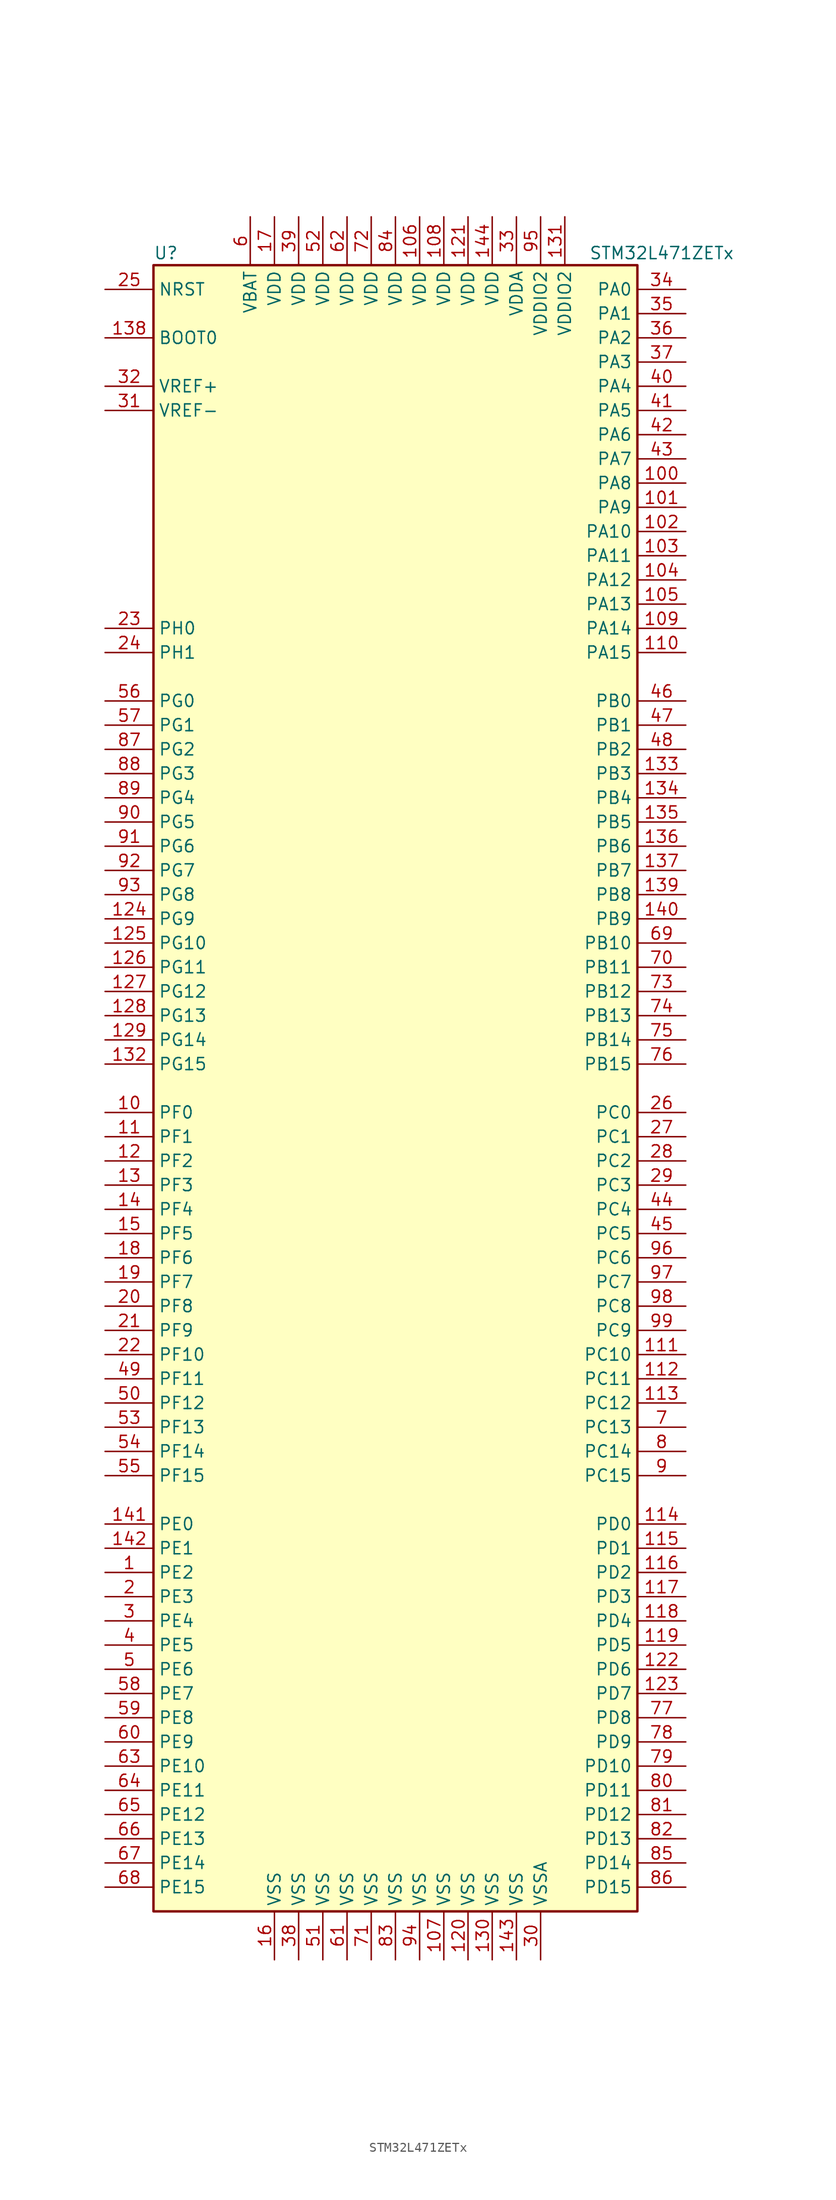
<source format=kicad_sym>
(kicad_symbol_lib
  (version 20201005)
  (generator kicad_symbol_editor)
  (symbol "STM32L471ZETx"
    (property "Reference" "U"
      (at -25.4 87.63 0)
      (effects (font (size 1.27 1.27)) (justify left)))
    (property "Value" "STM32L471ZETx"
      (at 20.32 87.63 0)
      (effects (font (size 1.27 1.27)) (justify left)))
    (symbol "STM32L471ZETx_0_1"
      (rectangle (start -25.4 -86.36) (end 25.4 86.36) (stroke (width 0.254)) (fill (type background))))
    (symbol "STM32L471ZETx_1_1"
      (pin bidirectional line (at -30.48 -50.8 0) (length 5.08) (name "PE2" (effects (font (size 1.27 1.27)))) (number "1" (effects (font (size 1.27 1.27)))))
      (pin bidirectional line (at -30.48 -2.54 0) (length 5.08) (name "PF0" (effects (font (size 1.27 1.27)))) (number "10" (effects (font (size 1.27 1.27)))))
      (pin bidirectional line (at 30.48 63.5 180) (length 5.08) (name "PA8" (effects (font (size 1.27 1.27)))) (number "100" (effects (font (size 1.27 1.27)))))
      (pin bidirectional line (at 30.48 60.96 180) (length 5.08) (name "PA9" (effects (font (size 1.27 1.27)))) (number "101" (effects (font (size 1.27 1.27)))))
      (pin bidirectional line (at 30.48 58.42 180) (length 5.08) (name "PA10" (effects (font (size 1.27 1.27)))) (number "102" (effects (font (size 1.27 1.27)))))
      (pin bidirectional line (at 30.48 55.88 180) (length 5.08) (name "PA11" (effects (font (size 1.27 1.27)))) (number "103" (effects (font (size 1.27 1.27)))))
      (pin bidirectional line (at 30.48 53.34 180) (length 5.08) (name "PA12" (effects (font (size 1.27 1.27)))) (number "104" (effects (font (size 1.27 1.27)))))
      (pin bidirectional line (at 30.48 50.8 180) (length 5.08) (name "PA13" (effects (font (size 1.27 1.27)))) (number "105" (effects (font (size 1.27 1.27)))))
      (pin power_in line (at 2.54 91.44 270) (length 5.08) (name "VDD" (effects (font (size 1.27 1.27)))) (number "106" (effects (font (size 1.27 1.27)))))
      (pin power_in line (at 5.08 -91.44 90) (length 5.08) (name "VSS" (effects (font (size 1.27 1.27)))) (number "107" (effects (font (size 1.27 1.27)))))
      (pin power_in line (at 5.08 91.44 270) (length 5.08) (name "VDD" (effects (font (size 1.27 1.27)))) (number "108" (effects (font (size 1.27 1.27)))))
      (pin bidirectional line (at 30.48 48.26 180) (length 5.08) (name "PA14" (effects (font (size 1.27 1.27)))) (number "109" (effects (font (size 1.27 1.27)))))
      (pin bidirectional line (at -30.48 -5.08 0) (length 5.08) (name "PF1" (effects (font (size 1.27 1.27)))) (number "11" (effects (font (size 1.27 1.27)))))
      (pin bidirectional line (at 30.48 45.72 180) (length 5.08) (name "PA15" (effects (font (size 1.27 1.27)))) (number "110" (effects (font (size 1.27 1.27)))))
      (pin bidirectional line (at 30.48 -27.94 180) (length 5.08) (name "PC10" (effects (font (size 1.27 1.27)))) (number "111" (effects (font (size 1.27 1.27)))))
      (pin bidirectional line (at 30.48 -30.48 180) (length 5.08) (name "PC11" (effects (font (size 1.27 1.27)))) (number "112" (effects (font (size 1.27 1.27)))))
      (pin bidirectional line (at 30.48 -33.02 180) (length 5.08) (name "PC12" (effects (font (size 1.27 1.27)))) (number "113" (effects (font (size 1.27 1.27)))))
      (pin bidirectional line (at 30.48 -45.72 180) (length 5.08) (name "PD0" (effects (font (size 1.27 1.27)))) (number "114" (effects (font (size 1.27 1.27)))))
      (pin bidirectional line (at 30.48 -48.26 180) (length 5.08) (name "PD1" (effects (font (size 1.27 1.27)))) (number "115" (effects (font (size 1.27 1.27)))))
      (pin bidirectional line (at 30.48 -50.8 180) (length 5.08) (name "PD2" (effects (font (size 1.27 1.27)))) (number "116" (effects (font (size 1.27 1.27)))))
      (pin bidirectional line (at 30.48 -53.34 180) (length 5.08) (name "PD3" (effects (font (size 1.27 1.27)))) (number "117" (effects (font (size 1.27 1.27)))))
      (pin bidirectional line (at 30.48 -55.88 180) (length 5.08) (name "PD4" (effects (font (size 1.27 1.27)))) (number "118" (effects (font (size 1.27 1.27)))))
      (pin bidirectional line (at 30.48 -58.42 180) (length 5.08) (name "PD5" (effects (font (size 1.27 1.27)))) (number "119" (effects (font (size 1.27 1.27)))))
      (pin bidirectional line (at -30.48 -7.62 0) (length 5.08) (name "PF2" (effects (font (size 1.27 1.27)))) (number "12" (effects (font (size 1.27 1.27)))))
      (pin power_in line (at 7.62 -91.44 90) (length 5.08) (name "VSS" (effects (font (size 1.27 1.27)))) (number "120" (effects (font (size 1.27 1.27)))))
      (pin power_in line (at 7.62 91.44 270) (length 5.08) (name "VDD" (effects (font (size 1.27 1.27)))) (number "121" (effects (font (size 1.27 1.27)))))
      (pin bidirectional line (at 30.48 -60.96 180) (length 5.08) (name "PD6" (effects (font (size 1.27 1.27)))) (number "122" (effects (font (size 1.27 1.27)))))
      (pin bidirectional line (at 30.48 -63.5 180) (length 5.08) (name "PD7" (effects (font (size 1.27 1.27)))) (number "123" (effects (font (size 1.27 1.27)))))
      (pin bidirectional line (at -30.48 17.78 0) (length 5.08) (name "PG9" (effects (font (size 1.27 1.27)))) (number "124" (effects (font (size 1.27 1.27)))))
      (pin bidirectional line (at -30.48 15.24 0) (length 5.08) (name "PG10" (effects (font (size 1.27 1.27)))) (number "125" (effects (font (size 1.27 1.27)))))
      (pin bidirectional line (at -30.48 12.7 0) (length 5.08) (name "PG11" (effects (font (size 1.27 1.27)))) (number "126" (effects (font (size 1.27 1.27)))))
      (pin bidirectional line (at -30.48 10.16 0) (length 5.08) (name "PG12" (effects (font (size 1.27 1.27)))) (number "127" (effects (font (size 1.27 1.27)))))
      (pin bidirectional line (at -30.48 7.62 0) (length 5.08) (name "PG13" (effects (font (size 1.27 1.27)))) (number "128" (effects (font (size 1.27 1.27)))))
      (pin bidirectional line (at -30.48 5.08 0) (length 5.08) (name "PG14" (effects (font (size 1.27 1.27)))) (number "129" (effects (font (size 1.27 1.27)))))
      (pin bidirectional line (at -30.48 -10.16 0) (length 5.08) (name "PF3" (effects (font (size 1.27 1.27)))) (number "13" (effects (font (size 1.27 1.27)))))
      (pin power_in line (at 10.16 -91.44 90) (length 5.08) (name "VSS" (effects (font (size 1.27 1.27)))) (number "130" (effects (font (size 1.27 1.27)))))
      (pin power_in line (at 17.78 91.44 270) (length 5.08) (name "VDDIO2" (effects (font (size 1.27 1.27)))) (number "131" (effects (font (size 1.27 1.27)))))
      (pin bidirectional line (at -30.48 2.54 0) (length 5.08) (name "PG15" (effects (font (size 1.27 1.27)))) (number "132" (effects (font (size 1.27 1.27)))))
      (pin bidirectional line (at 30.48 33.02 180) (length 5.08) (name "PB3" (effects (font (size 1.27 1.27)))) (number "133" (effects (font (size 1.27 1.27)))))
      (pin bidirectional line (at 30.48 30.48 180) (length 5.08) (name "PB4" (effects (font (size 1.27 1.27)))) (number "134" (effects (font (size 1.27 1.27)))))
      (pin bidirectional line (at 30.48 27.94 180) (length 5.08) (name "PB5" (effects (font (size 1.27 1.27)))) (number "135" (effects (font (size 1.27 1.27)))))
      (pin bidirectional line (at 30.48 25.4 180) (length 5.08) (name "PB6" (effects (font (size 1.27 1.27)))) (number "136" (effects (font (size 1.27 1.27)))))
      (pin bidirectional line (at 30.48 22.86 180) (length 5.08) (name "PB7" (effects (font (size 1.27 1.27)))) (number "137" (effects (font (size 1.27 1.27)))))
      (pin input line (at -30.48 78.74 0) (length 5.08) (name "BOOT0" (effects (font (size 1.27 1.27)))) (number "138" (effects (font (size 1.27 1.27)))))
      (pin bidirectional line (at 30.48 20.32 180) (length 5.08) (name "PB8" (effects (font (size 1.27 1.27)))) (number "139" (effects (font (size 1.27 1.27)))))
      (pin bidirectional line (at -30.48 -12.7 0) (length 5.08) (name "PF4" (effects (font (size 1.27 1.27)))) (number "14" (effects (font (size 1.27 1.27)))))
      (pin bidirectional line (at 30.48 17.78 180) (length 5.08) (name "PB9" (effects (font (size 1.27 1.27)))) (number "140" (effects (font (size 1.27 1.27)))))
      (pin bidirectional line (at -30.48 -45.72 0) (length 5.08) (name "PE0" (effects (font (size 1.27 1.27)))) (number "141" (effects (font (size 1.27 1.27)))))
      (pin bidirectional line (at -30.48 -48.26 0) (length 5.08) (name "PE1" (effects (font (size 1.27 1.27)))) (number "142" (effects (font (size 1.27 1.27)))))
      (pin power_in line (at 12.7 -91.44 90) (length 5.08) (name "VSS" (effects (font (size 1.27 1.27)))) (number "143" (effects (font (size 1.27 1.27)))))
      (pin power_in line (at 10.16 91.44 270) (length 5.08) (name "VDD" (effects (font (size 1.27 1.27)))) (number "144" (effects (font (size 1.27 1.27)))))
      (pin bidirectional line (at -30.48 -15.24 0) (length 5.08) (name "PF5" (effects (font (size 1.27 1.27)))) (number "15" (effects (font (size 1.27 1.27)))))
      (pin power_in line (at -12.7 -91.44 90) (length 5.08) (name "VSS" (effects (font (size 1.27 1.27)))) (number "16" (effects (font (size 1.27 1.27)))))
      (pin power_in line (at -12.7 91.44 270) (length 5.08) (name "VDD" (effects (font (size 1.27 1.27)))) (number "17" (effects (font (size 1.27 1.27)))))
      (pin bidirectional line (at -30.48 -17.78 0) (length 5.08) (name "PF6" (effects (font (size 1.27 1.27)))) (number "18" (effects (font (size 1.27 1.27)))))
      (pin bidirectional line (at -30.48 -20.32 0) (length 5.08) (name "PF7" (effects (font (size 1.27 1.27)))) (number "19" (effects (font (size 1.27 1.27)))))
      (pin bidirectional line (at -30.48 -53.34 0) (length 5.08) (name "PE3" (effects (font (size 1.27 1.27)))) (number "2" (effects (font (size 1.27 1.27)))))
      (pin bidirectional line (at -30.48 -22.86 0) (length 5.08) (name "PF8" (effects (font (size 1.27 1.27)))) (number "20" (effects (font (size 1.27 1.27)))))
      (pin bidirectional line (at -30.48 -25.4 0) (length 5.08) (name "PF9" (effects (font (size 1.27 1.27)))) (number "21" (effects (font (size 1.27 1.27)))))
      (pin bidirectional line (at -30.48 -27.94 0) (length 5.08) (name "PF10" (effects (font (size 1.27 1.27)))) (number "22" (effects (font (size 1.27 1.27)))))
      (pin input line (at -30.48 48.26 0) (length 5.08) (name "PH0" (effects (font (size 1.27 1.27)))) (number "23" (effects (font (size 1.27 1.27)))))
      (pin input line (at -30.48 45.72 0) (length 5.08) (name "PH1" (effects (font (size 1.27 1.27)))) (number "24" (effects (font (size 1.27 1.27)))))
      (pin input line (at -30.48 83.82 0) (length 5.08) (name "NRST" (effects (font (size 1.27 1.27)))) (number "25" (effects (font (size 1.27 1.27)))))
      (pin bidirectional line (at 30.48 -2.54 180) (length 5.08) (name "PC0" (effects (font (size 1.27 1.27)))) (number "26" (effects (font (size 1.27 1.27)))))
      (pin bidirectional line (at 30.48 -5.08 180) (length 5.08) (name "PC1" (effects (font (size 1.27 1.27)))) (number "27" (effects (font (size 1.27 1.27)))))
      (pin bidirectional line (at 30.48 -7.62 180) (length 5.08) (name "PC2" (effects (font (size 1.27 1.27)))) (number "28" (effects (font (size 1.27 1.27)))))
      (pin bidirectional line (at 30.48 -10.16 180) (length 5.08) (name "PC3" (effects (font (size 1.27 1.27)))) (number "29" (effects (font (size 1.27 1.27)))))
      (pin bidirectional line (at -30.48 -55.88 0) (length 5.08) (name "PE4" (effects (font (size 1.27 1.27)))) (number "3" (effects (font (size 1.27 1.27)))))
      (pin power_in line (at 15.24 -91.44 90) (length 5.08) (name "VSSA" (effects (font (size 1.27 1.27)))) (number "30" (effects (font (size 1.27 1.27)))))
      (pin power_in line (at -30.48 71.12 0) (length 5.08) (name "VREF-" (effects (font (size 1.27 1.27)))) (number "31" (effects (font (size 1.27 1.27)))))
      (pin bidirectional line (at -30.48 73.66 0) (length 5.08) (name "VREF+" (effects (font (size 1.27 1.27)))) (number "32" (effects (font (size 1.27 1.27)))))
      (pin power_in line (at 12.7 91.44 270) (length 5.08) (name "VDDA" (effects (font (size 1.27 1.27)))) (number "33" (effects (font (size 1.27 1.27)))))
      (pin bidirectional line (at 30.48 83.82 180) (length 5.08) (name "PA0" (effects (font (size 1.27 1.27)))) (number "34" (effects (font (size 1.27 1.27)))))
      (pin bidirectional line (at 30.48 81.28 180) (length 5.08) (name "PA1" (effects (font (size 1.27 1.27)))) (number "35" (effects (font (size 1.27 1.27)))))
      (pin bidirectional line (at 30.48 78.74 180) (length 5.08) (name "PA2" (effects (font (size 1.27 1.27)))) (number "36" (effects (font (size 1.27 1.27)))))
      (pin bidirectional line (at 30.48 76.2 180) (length 5.08) (name "PA3" (effects (font (size 1.27 1.27)))) (number "37" (effects (font (size 1.27 1.27)))))
      (pin power_in line (at -10.16 -91.44 90) (length 5.08) (name "VSS" (effects (font (size 1.27 1.27)))) (number "38" (effects (font (size 1.27 1.27)))))
      (pin power_in line (at -10.16 91.44 270) (length 5.08) (name "VDD" (effects (font (size 1.27 1.27)))) (number "39" (effects (font (size 1.27 1.27)))))
      (pin bidirectional line (at -30.48 -58.42 0) (length 5.08) (name "PE5" (effects (font (size 1.27 1.27)))) (number "4" (effects (font (size 1.27 1.27)))))
      (pin bidirectional line (at 30.48 73.66 180) (length 5.08) (name "PA4" (effects (font (size 1.27 1.27)))) (number "40" (effects (font (size 1.27 1.27)))))
      (pin bidirectional line (at 30.48 71.12 180) (length 5.08) (name "PA5" (effects (font (size 1.27 1.27)))) (number "41" (effects (font (size 1.27 1.27)))))
      (pin bidirectional line (at 30.48 68.58 180) (length 5.08) (name "PA6" (effects (font (size 1.27 1.27)))) (number "42" (effects (font (size 1.27 1.27)))))
      (pin bidirectional line (at 30.48 66.04 180) (length 5.08) (name "PA7" (effects (font (size 1.27 1.27)))) (number "43" (effects (font (size 1.27 1.27)))))
      (pin bidirectional line (at 30.48 -12.7 180) (length 5.08) (name "PC4" (effects (font (size 1.27 1.27)))) (number "44" (effects (font (size 1.27 1.27)))))
      (pin bidirectional line (at 30.48 -15.24 180) (length 5.08) (name "PC5" (effects (font (size 1.27 1.27)))) (number "45" (effects (font (size 1.27 1.27)))))
      (pin bidirectional line (at 30.48 40.64 180) (length 5.08) (name "PB0" (effects (font (size 1.27 1.27)))) (number "46" (effects (font (size 1.27 1.27)))))
      (pin bidirectional line (at 30.48 38.1 180) (length 5.08) (name "PB1" (effects (font (size 1.27 1.27)))) (number "47" (effects (font (size 1.27 1.27)))))
      (pin bidirectional line (at 30.48 35.56 180) (length 5.08) (name "PB2" (effects (font (size 1.27 1.27)))) (number "48" (effects (font (size 1.27 1.27)))))
      (pin bidirectional line (at -30.48 -30.48 0) (length 5.08) (name "PF11" (effects (font (size 1.27 1.27)))) (number "49" (effects (font (size 1.27 1.27)))))
      (pin bidirectional line (at -30.48 -60.96 0) (length 5.08) (name "PE6" (effects (font (size 1.27 1.27)))) (number "5" (effects (font (size 1.27 1.27)))))
      (pin bidirectional line (at -30.48 -33.02 0) (length 5.08) (name "PF12" (effects (font (size 1.27 1.27)))) (number "50" (effects (font (size 1.27 1.27)))))
      (pin power_in line (at -7.62 -91.44 90) (length 5.08) (name "VSS" (effects (font (size 1.27 1.27)))) (number "51" (effects (font (size 1.27 1.27)))))
      (pin power_in line (at -7.62 91.44 270) (length 5.08) (name "VDD" (effects (font (size 1.27 1.27)))) (number "52" (effects (font (size 1.27 1.27)))))
      (pin bidirectional line (at -30.48 -35.56 0) (length 5.08) (name "PF13" (effects (font (size 1.27 1.27)))) (number "53" (effects (font (size 1.27 1.27)))))
      (pin bidirectional line (at -30.48 -38.1 0) (length 5.08) (name "PF14" (effects (font (size 1.27 1.27)))) (number "54" (effects (font (size 1.27 1.27)))))
      (pin bidirectional line (at -30.48 -40.64 0) (length 5.08) (name "PF15" (effects (font (size 1.27 1.27)))) (number "55" (effects (font (size 1.27 1.27)))))
      (pin bidirectional line (at -30.48 40.64 0) (length 5.08) (name "PG0" (effects (font (size 1.27 1.27)))) (number "56" (effects (font (size 1.27 1.27)))))
      (pin bidirectional line (at -30.48 38.1 0) (length 5.08) (name "PG1" (effects (font (size 1.27 1.27)))) (number "57" (effects (font (size 1.27 1.27)))))
      (pin bidirectional line (at -30.48 -63.5 0) (length 5.08) (name "PE7" (effects (font (size 1.27 1.27)))) (number "58" (effects (font (size 1.27 1.27)))))
      (pin bidirectional line (at -30.48 -66.04 0) (length 5.08) (name "PE8" (effects (font (size 1.27 1.27)))) (number "59" (effects (font (size 1.27 1.27)))))
      (pin power_in line (at -15.24 91.44 270) (length 5.08) (name "VBAT" (effects (font (size 1.27 1.27)))) (number "6" (effects (font (size 1.27 1.27)))))
      (pin bidirectional line (at -30.48 -68.58 0) (length 5.08) (name "PE9" (effects (font (size 1.27 1.27)))) (number "60" (effects (font (size 1.27 1.27)))))
      (pin power_in line (at -5.08 -91.44 90) (length 5.08) (name "VSS" (effects (font (size 1.27 1.27)))) (number "61" (effects (font (size 1.27 1.27)))))
      (pin power_in line (at -5.08 91.44 270) (length 5.08) (name "VDD" (effects (font (size 1.27 1.27)))) (number "62" (effects (font (size 1.27 1.27)))))
      (pin bidirectional line (at -30.48 -71.12 0) (length 5.08) (name "PE10" (effects (font (size 1.27 1.27)))) (number "63" (effects (font (size 1.27 1.27)))))
      (pin bidirectional line (at -30.48 -73.66 0) (length 5.08) (name "PE11" (effects (font (size 1.27 1.27)))) (number "64" (effects (font (size 1.27 1.27)))))
      (pin bidirectional line (at -30.48 -76.2 0) (length 5.08) (name "PE12" (effects (font (size 1.27 1.27)))) (number "65" (effects (font (size 1.27 1.27)))))
      (pin bidirectional line (at -30.48 -78.74 0) (length 5.08) (name "PE13" (effects (font (size 1.27 1.27)))) (number "66" (effects (font (size 1.27 1.27)))))
      (pin bidirectional line (at -30.48 -81.28 0) (length 5.08) (name "PE14" (effects (font (size 1.27 1.27)))) (number "67" (effects (font (size 1.27 1.27)))))
      (pin bidirectional line (at -30.48 -83.82 0) (length 5.08) (name "PE15" (effects (font (size 1.27 1.27)))) (number "68" (effects (font (size 1.27 1.27)))))
      (pin bidirectional line (at 30.48 15.24 180) (length 5.08) (name "PB10" (effects (font (size 1.27 1.27)))) (number "69" (effects (font (size 1.27 1.27)))))
      (pin bidirectional line (at 30.48 -35.56 180) (length 5.08) (name "PC13" (effects (font (size 1.27 1.27)))) (number "7" (effects (font (size 1.27 1.27)))))
      (pin bidirectional line (at 30.48 12.7 180) (length 5.08) (name "PB11" (effects (font (size 1.27 1.27)))) (number "70" (effects (font (size 1.27 1.27)))))
      (pin power_in line (at -2.54 -91.44 90) (length 5.08) (name "VSS" (effects (font (size 1.27 1.27)))) (number "71" (effects (font (size 1.27 1.27)))))
      (pin power_in line (at -2.54 91.44 270) (length 5.08) (name "VDD" (effects (font (size 1.27 1.27)))) (number "72" (effects (font (size 1.27 1.27)))))
      (pin bidirectional line (at 30.48 10.16 180) (length 5.08) (name "PB12" (effects (font (size 1.27 1.27)))) (number "73" (effects (font (size 1.27 1.27)))))
      (pin bidirectional line (at 30.48 7.62 180) (length 5.08) (name "PB13" (effects (font (size 1.27 1.27)))) (number "74" (effects (font (size 1.27 1.27)))))
      (pin bidirectional line (at 30.48 5.08 180) (length 5.08) (name "PB14" (effects (font (size 1.27 1.27)))) (number "75" (effects (font (size 1.27 1.27)))))
      (pin bidirectional line (at 30.48 2.54 180) (length 5.08) (name "PB15" (effects (font (size 1.27 1.27)))) (number "76" (effects (font (size 1.27 1.27)))))
      (pin bidirectional line (at 30.48 -66.04 180) (length 5.08) (name "PD8" (effects (font (size 1.27 1.27)))) (number "77" (effects (font (size 1.27 1.27)))))
      (pin bidirectional line (at 30.48 -68.58 180) (length 5.08) (name "PD9" (effects (font (size 1.27 1.27)))) (number "78" (effects (font (size 1.27 1.27)))))
      (pin bidirectional line (at 30.48 -71.12 180) (length 5.08) (name "PD10" (effects (font (size 1.27 1.27)))) (number "79" (effects (font (size 1.27 1.27)))))
      (pin bidirectional line (at 30.48 -38.1 180) (length 5.08) (name "PC14" (effects (font (size 1.27 1.27)))) (number "8" (effects (font (size 1.27 1.27)))))
      (pin bidirectional line (at 30.48 -73.66 180) (length 5.08) (name "PD11" (effects (font (size 1.27 1.27)))) (number "80" (effects (font (size 1.27 1.27)))))
      (pin bidirectional line (at 30.48 -76.2 180) (length 5.08) (name "PD12" (effects (font (size 1.27 1.27)))) (number "81" (effects (font (size 1.27 1.27)))))
      (pin bidirectional line (at 30.48 -78.74 180) (length 5.08) (name "PD13" (effects (font (size 1.27 1.27)))) (number "82" (effects (font (size 1.27 1.27)))))
      (pin power_in line (at 0 -91.44 90) (length 5.08) (name "VSS" (effects (font (size 1.27 1.27)))) (number "83" (effects (font (size 1.27 1.27)))))
      (pin power_in line (at 0 91.44 270) (length 5.08) (name "VDD" (effects (font (size 1.27 1.27)))) (number "84" (effects (font (size 1.27 1.27)))))
      (pin bidirectional line (at 30.48 -81.28 180) (length 5.08) (name "PD14" (effects (font (size 1.27 1.27)))) (number "85" (effects (font (size 1.27 1.27)))))
      (pin bidirectional line (at 30.48 -83.82 180) (length 5.08) (name "PD15" (effects (font (size 1.27 1.27)))) (number "86" (effects (font (size 1.27 1.27)))))
      (pin bidirectional line (at -30.48 35.56 0) (length 5.08) (name "PG2" (effects (font (size 1.27 1.27)))) (number "87" (effects (font (size 1.27 1.27)))))
      (pin bidirectional line (at -30.48 33.02 0) (length 5.08) (name "PG3" (effects (font (size 1.27 1.27)))) (number "88" (effects (font (size 1.27 1.27)))))
      (pin bidirectional line (at -30.48 30.48 0) (length 5.08) (name "PG4" (effects (font (size 1.27 1.27)))) (number "89" (effects (font (size 1.27 1.27)))))
      (pin bidirectional line (at 30.48 -40.64 180) (length 5.08) (name "PC15" (effects (font (size 1.27 1.27)))) (number "9" (effects (font (size 1.27 1.27)))))
      (pin bidirectional line (at -30.48 27.94 0) (length 5.08) (name "PG5" (effects (font (size 1.27 1.27)))) (number "90" (effects (font (size 1.27 1.27)))))
      (pin bidirectional line (at -30.48 25.4 0) (length 5.08) (name "PG6" (effects (font (size 1.27 1.27)))) (number "91" (effects (font (size 1.27 1.27)))))
      (pin bidirectional line (at -30.48 22.86 0) (length 5.08) (name "PG7" (effects (font (size 1.27 1.27)))) (number "92" (effects (font (size 1.27 1.27)))))
      (pin bidirectional line (at -30.48 20.32 0) (length 5.08) (name "PG8" (effects (font (size 1.27 1.27)))) (number "93" (effects (font (size 1.27 1.27)))))
      (pin power_in line (at 2.54 -91.44 90) (length 5.08) (name "VSS" (effects (font (size 1.27 1.27)))) (number "94" (effects (font (size 1.27 1.27)))))
      (pin power_in line (at 15.24 91.44 270) (length 5.08) (name "VDDIO2" (effects (font (size 1.27 1.27)))) (number "95" (effects (font (size 1.27 1.27)))))
      (pin bidirectional line (at 30.48 -17.78 180) (length 5.08) (name "PC6" (effects (font (size 1.27 1.27)))) (number "96" (effects (font (size 1.27 1.27)))))
      (pin bidirectional line (at 30.48 -20.32 180) (length 5.08) (name "PC7" (effects (font (size 1.27 1.27)))) (number "97" (effects (font (size 1.27 1.27)))))
      (pin bidirectional line (at 30.48 -22.86 180) (length 5.08) (name "PC8" (effects (font (size 1.27 1.27)))) (number "98" (effects (font (size 1.27 1.27)))))
      (pin bidirectional line (at 30.48 -25.4 180) (length 5.08) (name "PC9" (effects (font (size 1.27 1.27)))) (number "99" (effects (font (size 1.27 1.27))))))))
</source>
